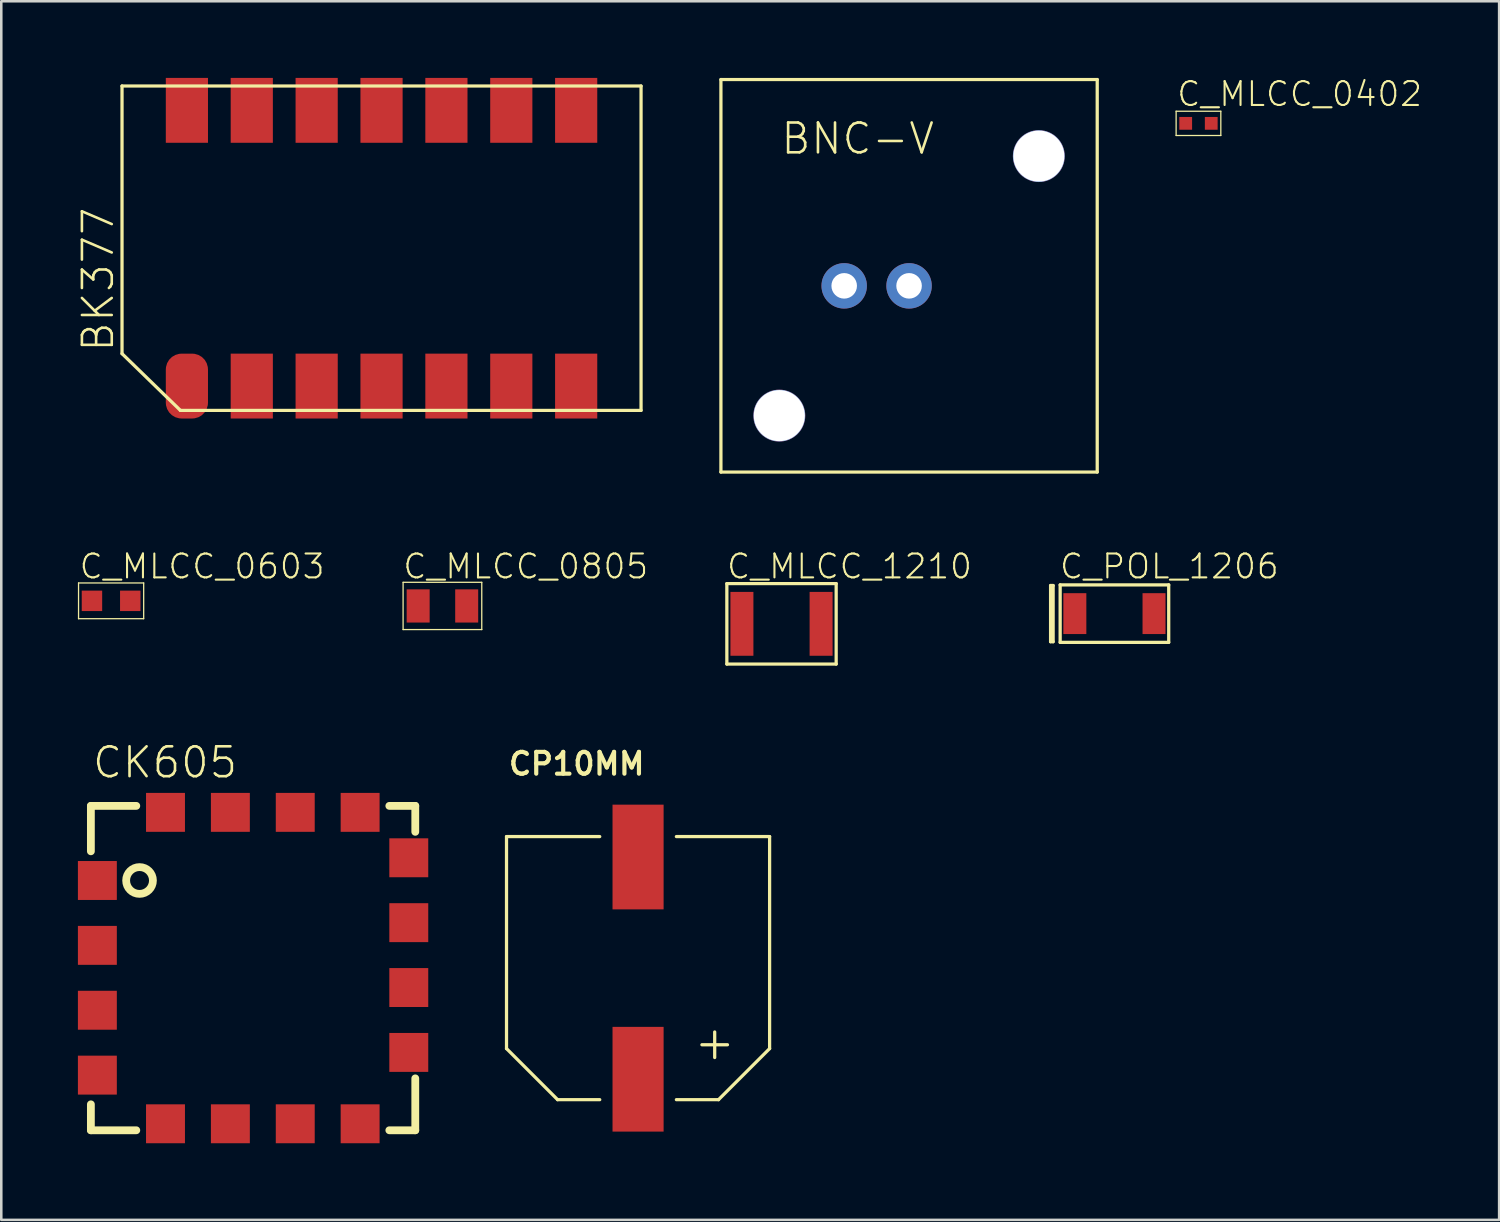
<source format=kicad_pcb>
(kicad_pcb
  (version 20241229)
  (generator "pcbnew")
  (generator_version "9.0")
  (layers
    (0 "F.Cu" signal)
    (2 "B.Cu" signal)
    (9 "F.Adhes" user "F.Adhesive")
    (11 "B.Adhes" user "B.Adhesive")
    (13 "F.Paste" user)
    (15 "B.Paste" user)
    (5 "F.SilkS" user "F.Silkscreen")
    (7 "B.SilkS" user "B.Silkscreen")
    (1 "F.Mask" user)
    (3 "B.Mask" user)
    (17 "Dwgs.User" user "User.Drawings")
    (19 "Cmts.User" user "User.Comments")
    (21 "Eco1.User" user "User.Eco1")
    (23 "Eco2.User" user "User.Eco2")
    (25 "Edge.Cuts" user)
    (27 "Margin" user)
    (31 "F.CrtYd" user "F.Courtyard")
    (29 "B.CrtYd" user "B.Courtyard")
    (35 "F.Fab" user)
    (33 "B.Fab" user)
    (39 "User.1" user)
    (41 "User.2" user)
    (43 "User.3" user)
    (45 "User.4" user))
  (footprint "C_MLCC_1210"
    (layer "F.Cu")
    (at 27.546 21.373)
    (property "Reference" "C_MLCC_1210" (at -2.2 -1.7 0) (layer "F.SilkS") (effects (font (size 0.935 0.935) (thickness 0.081)) (justify left bottom)))
    (fp_line (start -2.14 -1.575) (end 2.14 -1.575) (stroke (width 0.127) (type solid)) (layer "F.SilkS"))
    (fp_line (start -2.14 1.575) (end -2.14 -1.575) (stroke (width 0.127) (type solid)) (layer "F.SilkS"))
    (fp_line (start 2.14 -1.575) (end 2.14 1.575) (stroke (width 0.127) (type solid)) (layer "F.SilkS"))
    (fp_line (start 2.14 1.575) (end -2.14 1.575) (stroke (width 0.127) (type solid)) (layer "F.SilkS"))
    (pad "P$1" smd rect (at -1.55 0) (size 0.9 2.5) (layers "F.Cu" "F.Mask" "F.Paste"))
    (pad "P$2" smd rect (at 1.55 0) (size 0.9 2.5) (layers "F.Cu" "F.Mask" "F.Paste")))
  (footprint "CK605"
    (layer "F.Cu")
    (at 6.858 34.85)
    (property "Reference" "CK605" (at -6.35 -7.366 0) (layer "F.SilkS") (effects (font (size 1.168 1.168) (thickness 0.102)) (justify left bottom)))
    (fp_line (start -6.35 -6.35) (end -6.35 -4.572) (stroke (width 0.305) (type solid)) (layer "F.SilkS"))
    (fp_line (start -6.35 6.35) (end -6.35 5.334) (stroke (width 0.305) (type solid)) (layer "F.SilkS"))
    (fp_line (start -4.572 -6.35) (end -6.35 -6.35) (stroke (width 0.305) (type solid)) (layer "F.SilkS"))
    (fp_line (start -4.572 6.35) (end -6.35 6.35) (stroke (width 0.305) (type solid)) (layer "F.SilkS"))
    (fp_line (start 6.35 -6.35) (end 5.334 -6.35) (stroke (width 0.305) (type solid)) (layer "F.SilkS"))
    (fp_line (start 6.35 -5.334) (end 6.35 -6.35) (stroke (width 0.305) (type solid)) (layer "F.SilkS"))
    (fp_line (start 6.35 4.318) (end 6.35 6.35) (stroke (width 0.305) (type solid)) (layer "F.SilkS"))
    (fp_line (start 6.35 6.35) (end 5.334 6.35) (stroke (width 0.305) (type solid)) (layer "F.SilkS"))
    (fp_circle (center -4.445 -3.429) (end -3.921 -3.429) (stroke (width 0.305) (type solid)) (fill no) (layer "F.SilkS"))
    (pad "1" smd rect (at -6.096 -3.429 270) (size 1.524 1.524) (layers "F.Cu" "F.Mask" "F.Paste"))
    (pad "2" smd rect (at -6.096 -0.889 270) (size 1.524 1.524) (layers "F.Cu" "F.Mask" "F.Paste"))
    (pad "3" smd rect (at -6.096 1.651 270) (size 1.524 1.524) (layers "F.Cu" "F.Mask" "F.Paste"))
    (pad "4" smd rect (at -6.096 4.191 270) (size 1.524 1.524) (layers "F.Cu" "F.Mask" "F.Paste"))
    (pad "5" smd rect (at -3.429 6.096 270) (size 1.524 1.524) (layers "F.Cu" "F.Mask" "F.Paste"))
    (pad "6" smd rect (at -0.889 6.096 270) (size 1.524 1.524) (layers "F.Cu" "F.Mask" "F.Paste"))
    (pad "7" smd rect (at 1.651 6.096 270) (size 1.524 1.524) (layers "F.Cu" "F.Mask" "F.Paste"))
    (pad "8" smd rect (at 4.191 6.096 270) (size 1.524 1.524) (layers "F.Cu" "F.Mask" "F.Paste"))
    (pad "9" smd rect (at 6.096 3.302 270) (size 1.524 1.524) (layers "F.Cu" "F.Mask" "F.Paste"))
    (pad "10" smd rect (at 6.096 0.762 270) (size 1.524 1.524) (layers "F.Cu" "F.Mask" "F.Paste"))
    (pad "11" smd rect (at 6.096 -1.778 270) (size 1.524 1.524) (layers "F.Cu" "F.Mask" "F.Paste"))
    (pad "12" smd rect (at 6.096 -4.318 270) (size 1.524 1.524) (layers "F.Cu" "F.Mask" "F.Paste"))
    (pad "13" smd rect (at 4.191 -6.096 270) (size 1.524 1.524) (layers "F.Cu" "F.Mask" "F.Paste"))
    (pad "14" smd rect (at 1.651 -6.096 270) (size 1.524 1.524) (layers "F.Cu" "F.Mask" "F.Paste"))
    (pad "15" smd rect (at -0.889 -6.096 270) (size 1.524 1.524) (layers "F.Cu" "F.Mask" "F.Paste"))
    (pad "16" smd rect (at -3.429 -6.096 270) (size 1.524 1.524) (layers "F.Cu" "F.Mask" "F.Paste")))
  (footprint "C_MLCC_0805"
    (layer "F.Cu")
    (at 14.271 20.673)
    (property "Reference" "C_MLCC_0805" (at -1.6 -1 0) (layer "F.SilkS") (effects (font (size 0.935 0.935) (thickness 0.081)) (justify left bottom)))
    (fp_line (start -1.54 -0.925) (end 1.54 -0.925) (stroke (width 0.05) (type solid)) (layer "F.SilkS"))
    (fp_line (start -1.54 0.925) (end -1.54 -0.925) (stroke (width 0.05) (type solid)) (layer "F.SilkS"))
    (fp_line (start 1.54 -0.925) (end 1.54 0.925) (stroke (width 0.05) (type solid)) (layer "F.SilkS"))
    (fp_line (start 1.54 0.925) (end -1.54 0.925) (stroke (width 0.05) (type solid)) (layer "F.SilkS"))
    (pad "P$1" smd rect (at -0.95 0) (size 0.9 1.3) (layers "F.Cu" "F.Mask" "F.Paste"))
    (pad "P$2" smd rect (at 0.95 0) (size 0.9 1.3) (layers "F.Cu" "F.Mask" "F.Paste")))
  (footprint "C_MLCC_0603"
    (layer "F.Cu")
    (at 1.3 20.473)
    (property "Reference" "C_MLCC_0603" (at -1.3 -0.8 0) (layer "F.SilkS") (effects (font (size 0.935 0.935) (thickness 0.081)) (justify left bottom)))
    (fp_line (start -1.275 -0.7) (end -1.275 0.7) (stroke (width 0.05) (type solid)) (layer "F.SilkS"))
    (fp_line (start -1.275 0.7) (end 1.275 0.7) (stroke (width 0.05) (type solid)) (layer "F.SilkS"))
    (fp_line (start 1.275 -0.7) (end -1.275 -0.7) (stroke (width 0.05) (type solid)) (layer "F.SilkS"))
    (fp_line (start 1.275 0.7) (end 1.275 -0.7) (stroke (width 0.05) (type solid)) (layer "F.SilkS"))
    (pad "P$1" smd rect (at -0.75 0) (size 0.8 0.8) (layers "F.Cu" "F.Mask" "F.Paste"))
    (pad "P$2" smd rect (at 0.75 0) (size 0.8 0.8) (layers "F.Cu" "F.Mask" "F.Paste")))
  (footprint "CP10MM"
    (layer "F.Cu")
    (at 21.93 34.852)
    (property "Reference" "CP10MM" (at -5.15 -7.5 0) (layer "F.SilkS") (effects (font (size 0.853 0.853) (thickness 0.163)) (justify left bottom)))
    (fp_line (start -5.15 -5.15) (end -5.15 3.15) (stroke (width 0.127) (type solid)) (layer "F.SilkS"))
    (fp_line (start -5.15 3.15) (end -3.15 5.15) (stroke (width 0.127) (type solid)) (layer "F.SilkS"))
    (fp_line (start -3.15 5.15) (end -1.5 5.15) (stroke (width 0.127) (type solid)) (layer "F.SilkS"))
    (fp_line (start -1.5 -5.15) (end -5.15 -5.15) (stroke (width 0.127) (type solid)) (layer "F.SilkS"))
    (fp_line (start 1.5 -5.15) (end 5.15 -5.15) (stroke (width 0.127) (type solid)) (layer "F.SilkS"))
    (fp_line (start 2.5 3) (end 3.5 3) (stroke (width 0.127) (type solid)) (layer "F.SilkS"))
    (fp_line (start 3 2.5) (end 3 3.5) (stroke (width 0.127) (type solid)) (layer "F.SilkS"))
    (fp_line (start 3.15 5.15) (end 1.5 5.15) (stroke (width 0.127) (type solid)) (layer "F.SilkS"))
    (fp_line (start 5.15 -5.15) (end 5.15 3.15) (stroke (width 0.127) (type solid)) (layer "F.SilkS"))
    (fp_line (start 5.15 3.15) (end 3.15 5.15) (stroke (width 0.127) (type solid)) (layer "F.SilkS"))
    (pad "P$1" smd rect (at 0 4.35 90) (size 4.1 2) (layers "F.Cu" "F.Mask" "F.Paste"))
    (pad "P$2" smd rect (at 0 -4.35 90) (size 4.1 2) (layers "F.Cu" "F.Mask" "F.Paste")))
  (footprint "BNC-V"
    (layer "F.Cu")
    (at 32.54 8.141)
    (property "Reference" "BNC-V" (at -5.08 -5.08 0) (layer "F.SilkS") (effects (font (size 1.168 1.168) (thickness 0.102)) (justify left bottom)))
    (fp_line (start -7.366 -8.077) (end 7.366 -8.077) (stroke (width 0.127) (type solid)) (layer "F.SilkS"))
    (fp_line (start -7.366 7.29) (end -7.366 -8.077) (stroke (width 0.127) (type solid)) (layer "F.SilkS"))
    (fp_line (start 7.366 -8.077) (end 7.366 7.29) (stroke (width 0.127) (type solid)) (layer "F.SilkS"))
    (fp_line (start 7.366 7.29) (end -7.366 7.29) (stroke (width 0.127) (type solid)) (layer "F.SilkS"))
    (pad "1" thru_hole circle (at 0 0) (size 1.778 1.778) (drill 1) (layers "*.Cu" "*.Mask"))
    (pad "2" thru_hole circle (at -2.54 0) (size 1.778 1.778) (drill 1) (layers "*.Cu" "*.Mask"))
    (pad "ANCHOR1" thru_hole circle (at -5.08 5.08) (size 2.032 2.032) (drill 2) (layers "*.Cu" "*.Mask"))
    (pad "ANCHOR2" thru_hole circle (at 5.08 -5.08) (size 2.032 2.032) (drill 2) (layers "*.Cu" "*.Mask")))
  (footprint "BK377"
    (layer "F.Cu")
    (at 11.887 6.985)
    (property "Reference" "BK377" (at -10.414 3.81 90) (layer "F.SilkS") (effects (font (size 1.168 1.168) (thickness 0.102)) (justify left bottom)))
    (fp_line (start -10.16 -6.668) (end 10.16 -6.668) (stroke (width 0.127) (type solid)) (layer "F.SilkS"))
    (fp_line (start -10.16 3.81) (end -10.16 -6.668) (stroke (width 0.127) (type solid)) (layer "F.SilkS"))
    (fp_line (start -10.16 3.81) (end -7.874 6.032) (stroke (width 0.127) (type solid)) (layer "F.SilkS"))
    (fp_line (start 10.16 -6.668) (end 10.16 6.032) (stroke (width 0.127) (type solid)) (layer "F.SilkS"))
    (fp_line (start 10.16 6.032) (end -7.874 6.032) (stroke (width 0.127) (type solid)) (layer "F.SilkS"))
    (pad "1" smd roundrect (at -7.62 5.08) (size 1.651 2.54) (layers "F.Cu" "F.Mask" "F.Paste") (roundrect_rratio 0.375))
    (pad "2" smd rect (at -5.08 5.08) (size 1.651 2.54) (layers "F.Cu" "F.Mask" "F.Paste"))
    (pad "3" smd rect (at -2.54 5.08) (size 1.651 2.54) (layers "F.Cu" "F.Mask" "F.Paste"))
    (pad "4" smd rect (at 0 5.08) (size 1.651 2.54) (layers "F.Cu" "F.Mask" "F.Paste"))
    (pad "5" smd rect (at 2.54 5.08) (size 1.651 2.54) (layers "F.Cu" "F.Mask" "F.Paste"))
    (pad "6" smd rect (at 5.08 5.08) (size 1.651 2.54) (layers "F.Cu" "F.Mask" "F.Paste"))
    (pad "7" smd rect (at 7.62 5.08) (size 1.651 2.54) (layers "F.Cu" "F.Mask" "F.Paste"))
    (pad "8" smd rect (at 7.62 -5.715) (size 1.651 2.54) (layers "F.Cu" "F.Mask" "F.Paste"))
    (pad "9" smd rect (at 5.08 -5.715) (size 1.651 2.54) (layers "F.Cu" "F.Mask" "F.Paste"))
    (pad "10" smd rect (at 2.54 -5.715) (size 1.651 2.54) (layers "F.Cu" "F.Mask" "F.Paste"))
    (pad "11" smd rect (at 0 -5.715) (size 1.651 2.54) (layers "F.Cu" "F.Mask" "F.Paste"))
    (pad "12" smd rect (at -2.54 -5.715) (size 1.651 2.54) (layers "F.Cu" "F.Mask" "F.Paste"))
    (pad "13" smd rect (at -5.08 -5.715) (size 1.651 2.54) (layers "F.Cu" "F.Mask" "F.Paste"))
    (pad "14" smd rect (at -7.62 -5.715) (size 1.651 2.54) (layers "F.Cu" "F.Mask" "F.Paste")))
  (footprint "C_MLCC_0402"
    (layer "F.Cu")
    (at 43.87 1.779)
    (property "Reference" "C_MLCC_0402" (at -0.9 -0.6 0) (layer "F.SilkS") (effects (font (size 0.935 0.935) (thickness 0.081)) (justify left bottom)))
    (fp_line (start -0.875 -0.475) (end 0.875 -0.475) (stroke (width 0.05) (type solid)) (layer "F.SilkS"))
    (fp_line (start -0.875 0.475) (end -0.875 -0.475) (stroke (width 0.05) (type solid)) (layer "F.SilkS"))
    (fp_line (start 0.875 -0.475) (end 0.875 0.475) (stroke (width 0.05) (type solid)) (layer "F.SilkS"))
    (fp_line (start 0.875 0.475) (end -0.875 0.475) (stroke (width 0.05) (type solid)) (layer "F.SilkS"))
    (pad "P$1" smd rect (at -0.5 0) (size 0.5 0.5) (layers "F.Cu" "F.Mask" "F.Paste"))
    (pad "P$2" smd rect (at 0.5 0) (size 0.5 0.5) (layers "F.Cu" "F.Mask" "F.Paste")))
  (footprint "C_POL_1206"
    (layer "F.Cu")
    (at 40.58 20.973)
    (property "Reference" "C_POL_1206" (at -2.2 -1.3 0) (layer "F.SilkS") (effects (font (size 0.935 0.935) (thickness 0.081)) (justify left bottom)))
    (fp_line (start -2.5 -1.1) (end -2.4 -1.1) (stroke (width 0.127) (type solid)) (layer "F.SilkS"))
    (fp_line (start -2.5 1.1) (end -2.5 -1.1) (stroke (width 0.127) (type solid)) (layer "F.SilkS"))
    (fp_line (start -2.4 -1.1) (end -2.4 1.1) (stroke (width 0.127) (type solid)) (layer "F.SilkS"))
    (fp_line (start -2.4 1.1) (end -2.5 1.1) (stroke (width 0.127) (type solid)) (layer "F.SilkS"))
    (fp_line (start -2.125 -1.125) (end 2.125 -1.125) (stroke (width 0.127) (type solid)) (layer "F.SilkS"))
    (fp_line (start -2.125 1.125) (end -2.125 -1.125) (stroke (width 0.127) (type solid)) (layer "F.SilkS"))
    (fp_line (start 2.125 -1.125) (end 2.125 1.125) (stroke (width 0.127) (type solid)) (layer "F.SilkS"))
    (fp_line (start 2.125 1.125) (end -2.125 1.125) (stroke (width 0.127) (type solid)) (layer "F.SilkS"))
    (pad "P$1" smd rect (at -1.55 0) (size 0.9 1.6) (layers "F.Cu" "F.Mask" "F.Paste"))
    (pad "P$2" smd rect (at 1.55 0) (size 0.9 1.6) (layers "F.Cu" "F.Mask" "F.Paste")))
  (gr_rect
    (start -3 -3)
    (end 55.641 44.708)
    (stroke (width 0.1) (type default))
    (fill no)
    (layer "Edge.Cuts")))
</source>
